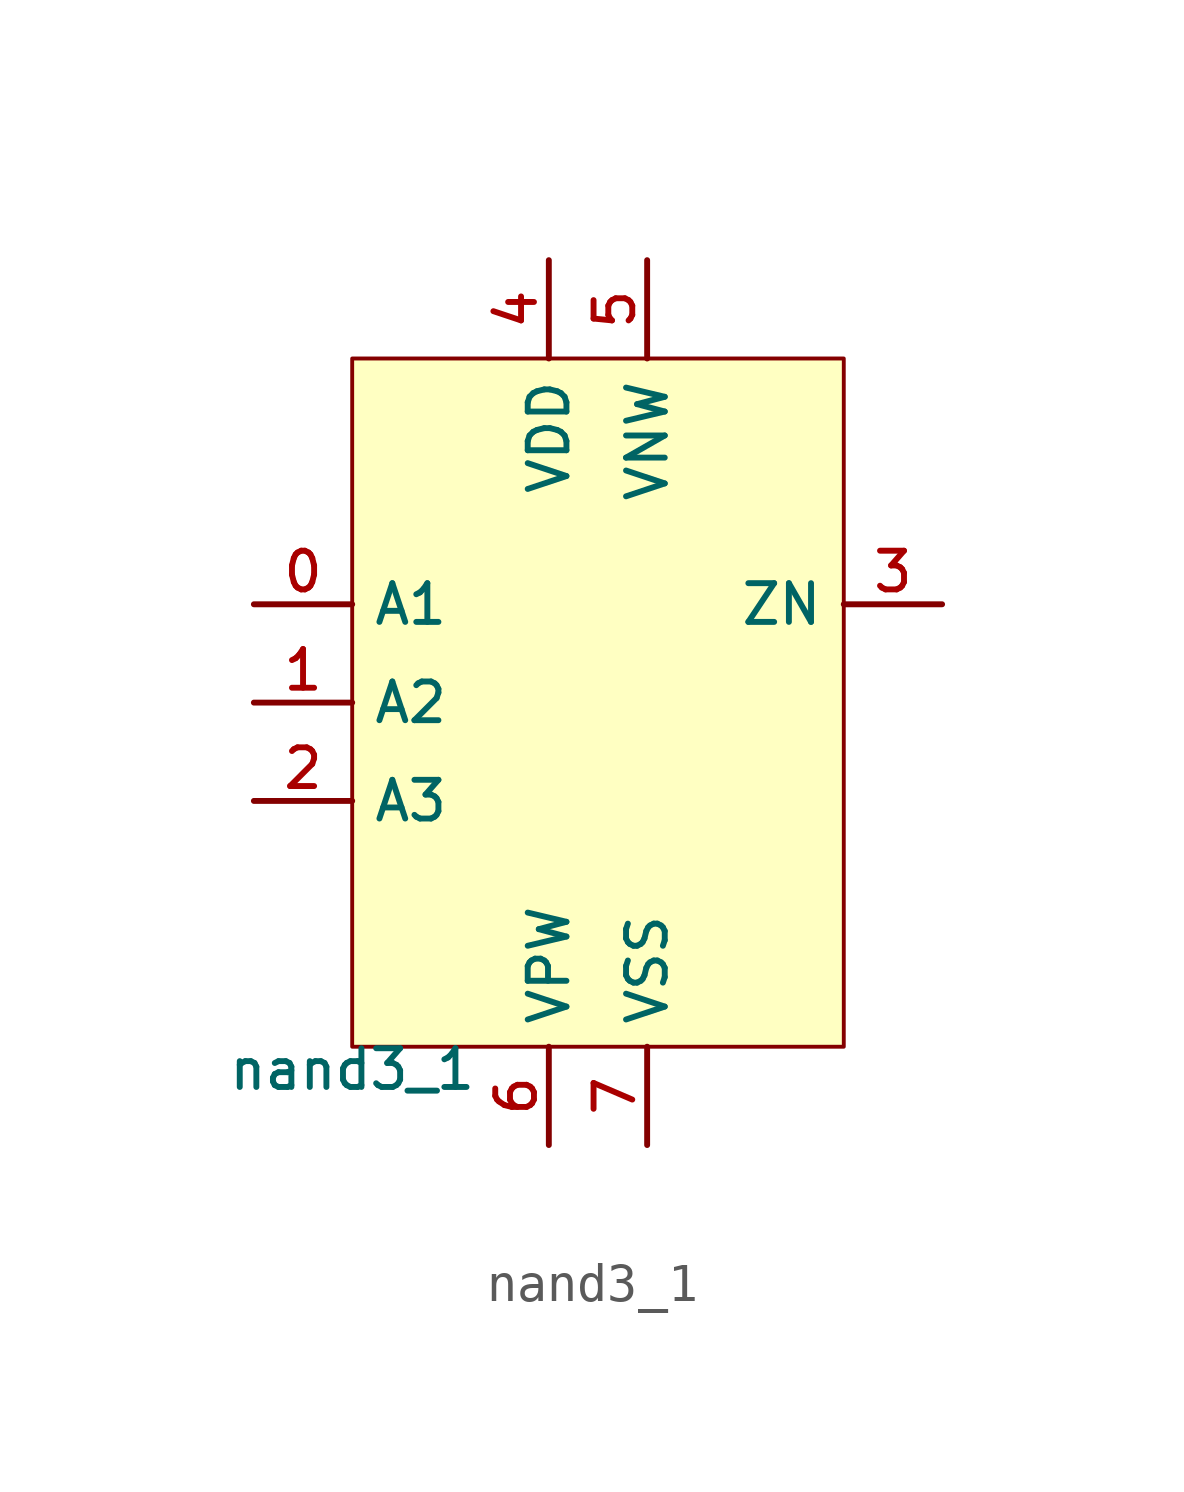
<source format=kicad_sym>
(kicad_symbol_lib
  (version 20211014)
  (generator pdk2kicad)
  (symbol "nand3_1"
    (property "Reference" "X"
      (at 0 0 0)
      (effects (font (size 1 1)) hide))
    (property "Value" "nand3_1"
      (at -6.35 -8.89 0)
      (effects (font (size 1 1)) (justify top)))
    (rectangle
      (start -6.35 -8.89)
      (end 6.35 8.89)
      (stroke (width 0.1) (type solid) (color 0 0 0 0))
      (fill (type background)))
    (pin input line
      (at -8.89 2.54 0)
      (length 2.54)
      (name "A1" (effects (font (size 1 1)) hide))
      (number "0" (effects (font (size 1 1)) hide)))
    (pin input line
      (at -8.89 4.440892098500626e-16 0)
      (length 2.54)
      (name "A2" (effects (font (size 1 1)) hide))
      (number "1" (effects (font (size 1 1)) hide)))
    (pin input line
      (at -8.89 -2.54 0)
      (length 2.54)
      (name "A3" (effects (font (size 1 1)) hide))
      (number "2" (effects (font (size 1 1)) hide)))
    (pin output line
      (at 8.89 2.54 180)
      (length 2.54)
      (name "ZN" (effects (font (size 1 1)) hide))
      (number "3" (effects (font (size 1 1)) hide)))
    (pin power_in line
      (at -1.27 11.43 270)
      (length 2.54)
      (name "VDD" (effects (font (size 1 1)) hide))
      (number "4" (effects (font (size 1 1)) hide)))
    (pin power_in line
      (at 1.27 11.43 270)
      (length 2.54)
      (name "VNW" (effects (font (size 1 1)) hide))
      (number "5" (effects (font (size 1 1)) hide)))
    (pin power_in line
      (at -1.27 -11.43 90)
      (length 2.54)
      (name "VPW" (effects (font (size 1 1)) hide))
      (number "6" (effects (font (size 1 1)) hide)))
    (pin power_in line
      (at 1.27 -11.43 90)
      (length 2.54)
      (name "VSS" (effects (font (size 1 1)) hide))
      (number "7" (effects (font (size 1 1)) hide)))))
</source>
